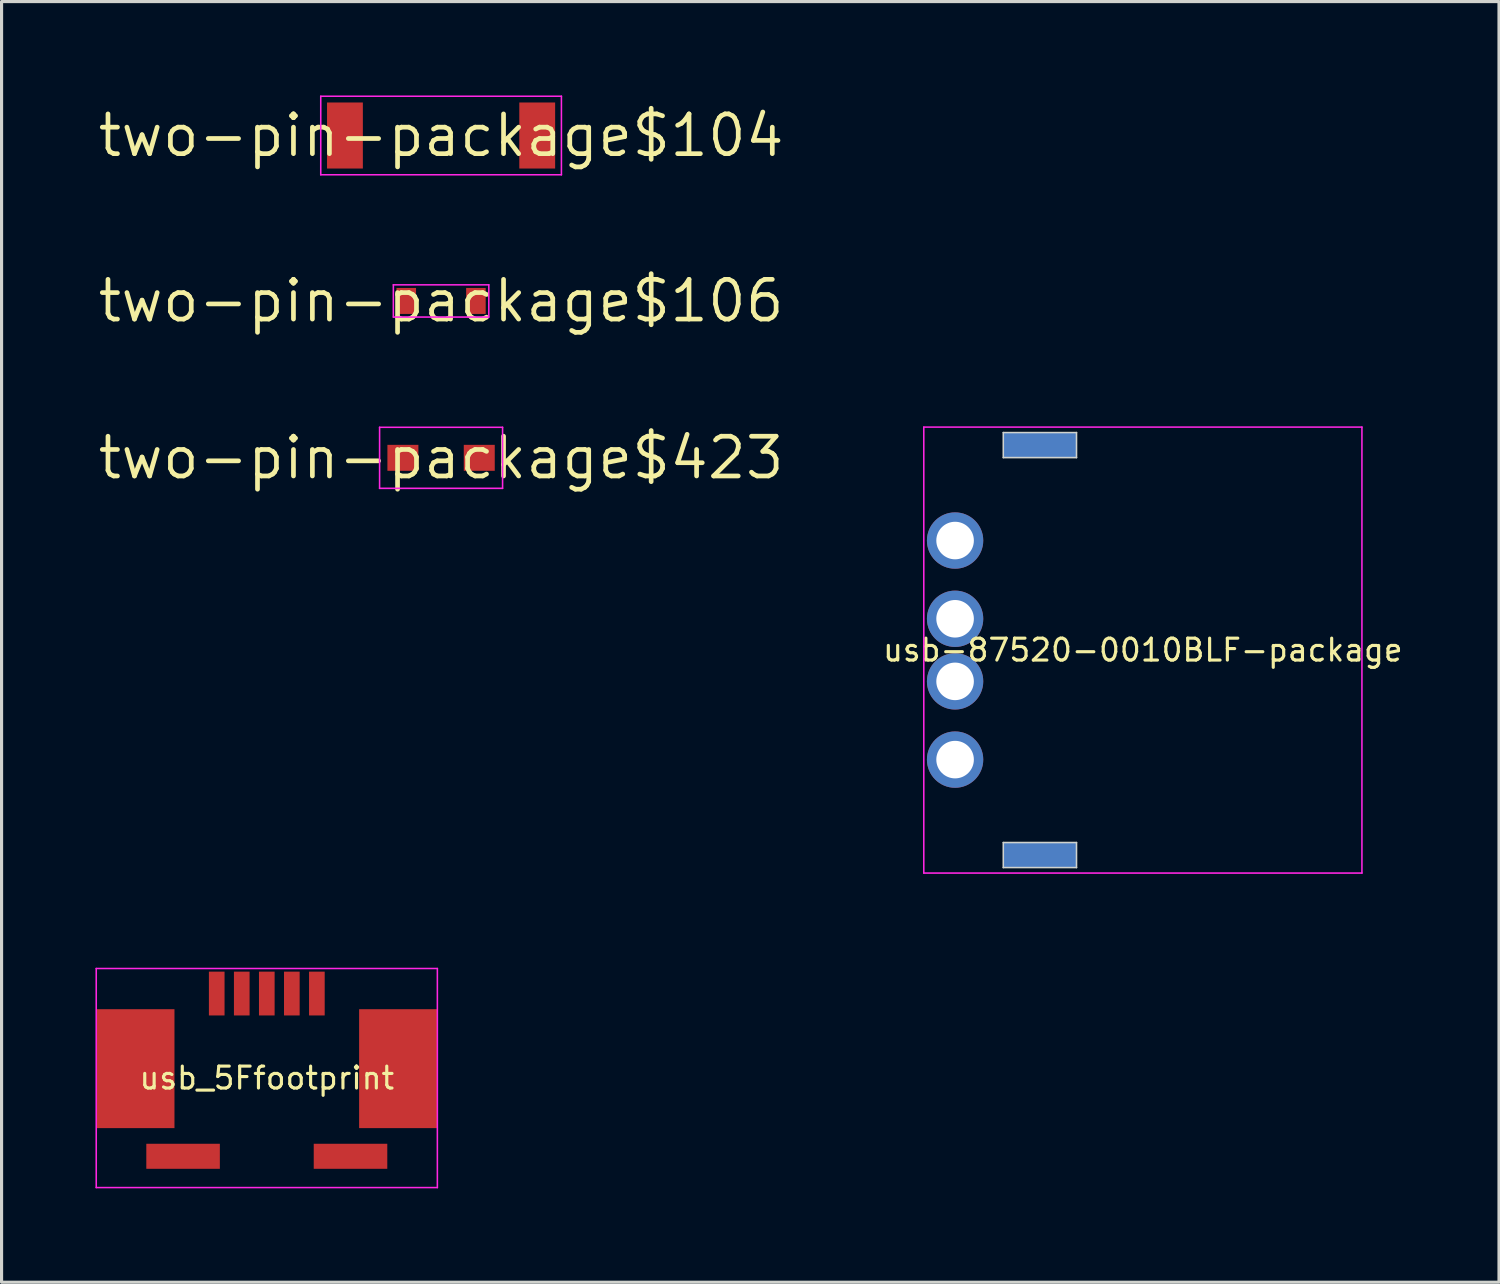
<source format=kicad_pcb>
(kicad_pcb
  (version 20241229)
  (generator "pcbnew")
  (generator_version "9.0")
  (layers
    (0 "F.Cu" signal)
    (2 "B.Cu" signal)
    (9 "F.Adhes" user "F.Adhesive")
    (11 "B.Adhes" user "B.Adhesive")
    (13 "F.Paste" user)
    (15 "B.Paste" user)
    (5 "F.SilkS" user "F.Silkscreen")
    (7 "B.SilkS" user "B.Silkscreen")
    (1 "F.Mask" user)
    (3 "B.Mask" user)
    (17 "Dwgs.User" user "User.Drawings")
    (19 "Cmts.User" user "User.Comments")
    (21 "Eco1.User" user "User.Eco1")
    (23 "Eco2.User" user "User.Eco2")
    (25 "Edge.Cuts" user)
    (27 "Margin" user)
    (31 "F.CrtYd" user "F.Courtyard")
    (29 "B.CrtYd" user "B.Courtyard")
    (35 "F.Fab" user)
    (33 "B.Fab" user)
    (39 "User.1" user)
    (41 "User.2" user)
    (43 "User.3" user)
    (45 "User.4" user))
  (footprint "usb-87520-0010BLF-package"
    (layer "F.Cu")
    (at 33.468 17.722)
    (property "Reference" "usb-87520-0010BLF-package" (at 0 0 0) (layer "F.SilkS") (effects (font (size 0.7 0.7) (thickness 0.1))))
    (attr through_hole)
    (fp_poly (pts (xy -4.585 -6.025) (xy -1.995 -6.025) (xy -1.995 -7.075) (xy -4.585 -7.075)) (stroke (width 0) (type solid)) (fill yes) (layer "F.Mask"))
    (fp_poly (pts (xy -4.585 7.075) (xy -1.995 7.075) (xy -1.995 6.025) (xy -4.585 6.025)) (stroke (width 0) (type solid)) (fill yes) (layer "F.Mask"))
    (fp_poly (pts (xy -4.585 -6.025) (xy -1.995 -6.025) (xy -1.995 -7.075) (xy -4.585 -7.075)) (stroke (width 0) (type solid)) (fill yes) (layer "B.Mask"))
    (fp_poly (pts (xy -4.585 7.075) (xy -1.995 7.075) (xy -1.995 6.025) (xy -4.585 6.025)) (stroke (width 0) (type solid)) (fill yes) (layer "B.Mask"))
    (fp_line (start -4.46 -6.95) (end -4.46 -6.15) (stroke (width 0.05) (type solid)) (layer "Edge.Cuts"))
    (fp_line (start -4.46 -6.15) (end -2.12 -6.15) (stroke (width 0.05) (type solid)) (layer "Edge.Cuts"))
    (fp_line (start -4.46 6.15) (end -4.46 6.95) (stroke (width 0.05) (type solid)) (layer "Edge.Cuts"))
    (fp_line (start -4.46 6.95) (end -2.12 6.95) (stroke (width 0.05) (type solid)) (layer "Edge.Cuts"))
    (fp_line (start -2.12 -6.95) (end -4.46 -6.95) (stroke (width 0.05) (type solid)) (layer "Edge.Cuts"))
    (fp_line (start -2.12 -6.15) (end -2.12 -6.95) (stroke (width 0.05) (type solid)) (layer "Edge.Cuts"))
    (fp_line (start -2.12 6.15) (end -4.46 6.15) (stroke (width 0.05) (type solid)) (layer "Edge.Cuts"))
    (fp_line (start -2.12 6.95) (end -2.12 6.15) (stroke (width 0.05) (type solid)) (layer "Edge.Cuts"))
    (fp_line (start -7 -7.125) (end -7 7.125) (stroke (width 0.05) (type solid)) (layer "F.CrtYd"))
    (fp_line (start -7 7.125) (end 7 7.125) (stroke (width 0.05) (type solid)) (layer "F.CrtYd"))
    (fp_line (start 7 -7.125) (end -7 -7.125) (stroke (width 0.05) (type solid)) (layer "F.CrtYd"))
    (fp_line (start 7 7.125) (end 7 -7.125) (stroke (width 0.05) (type solid)) (layer "F.CrtYd"))
    (pad "1" thru_hole circle (at -6 3.5) (size 1.8 1.8) (drill 1.2) (layers "*.Cu" "*.Mask"))
    (pad "2" thru_hole circle (at -6 1) (size 1.8 1.8) (drill 1.2) (layers "*.Cu" "*.Mask"))
    (pad "3" thru_hole circle (at -6 -1) (size 1.8 1.8) (drill 1.2) (layers "*.Cu" "*.Mask"))
    (pad "4" thru_hole circle (at -6 -3.5) (size 1.8 1.8) (drill 1.2) (layers "*.Cu" "*.Mask"))
    (pad "5" thru_hole rect (at -3.29 6.55) (size 2.34 0.8) (drill 0.000001) (layers "*.Cu"))
    (pad "6" thru_hole rect (at -3.29 -6.55) (size 2.34 0.8) (drill 0.000001) (layers "*.Cu")))
  (footprint "two-pin-package$104"
    (layer "F.Cu")
    (at 11.044 1.28)
    (property "Reference" "two-pin-package$104" (at 0 0 0) (layer "F.SilkS") (effects (font (size 1.27 1.27) (thickness 0.15))))
    (attr through_hole)
    (fp_poly (pts (xy -3.645 1.055) (xy -2.5 1.055) (xy -2.5 -1.055) (xy -3.645 -1.055)) (stroke (width 0) (type solid)) (fill yes) (layer "F.Mask"))
    (fp_poly (pts (xy 2.5 1.055) (xy 3.645 1.055) (xy 3.645 -1.055) (xy 2.5 -1.055)) (stroke (width 0) (type solid)) (fill yes) (layer "F.Mask"))
    (fp_poly (pts (xy -3.645 1.055) (xy -2.5 1.055) (xy -2.5 -1.055) (xy -3.645 -1.055)) (stroke (width 0) (type solid)) (fill yes) (layer "F.Paste"))
    (fp_poly (pts (xy 2.5 1.055) (xy 3.645 1.055) (xy 3.645 -1.055) (xy 2.5 -1.055)) (stroke (width 0) (type solid)) (fill yes) (layer "F.Paste"))
    (fp_line (start -3.845 -1.255) (end -3.845 1.255) (stroke (width 0.05) (type solid)) (layer "F.CrtYd"))
    (fp_line (start -3.845 1.255) (end 3.845 1.255) (stroke (width 0.05) (type solid)) (layer "F.CrtYd"))
    (fp_line (start 3.845 -1.255) (end -3.845 -1.255) (stroke (width 0.05) (type solid)) (layer "F.CrtYd"))
    (fp_line (start 3.845 1.255) (end 3.845 -1.255) (stroke (width 0.05) (type solid)) (layer "F.CrtYd"))
    (pad "1" smd rect (at -3.072 0) (size 1.145 2.11) (layers "F.Cu"))
    (pad "2" smd rect (at 3.072 0) (size 1.145 2.11) (layers "F.Cu")))
  (footprint "usb_5Ffootprint"
    (layer "F.Cu")
    (at 5.475 31.397)
    (property "Reference" "usb_5Ffootprint" (at 0 0 0) (layer "F.SilkS") (effects (font (size 0.7 0.7) (thickness 0.1))))
    (attr through_hole)
    (fp_poly (pts (xy -5.45 1.6) (xy -2.95 1.6) (xy -2.95 -2.2) (xy -5.45 -2.2)) (stroke (width 0) (type solid)) (fill yes) (layer "F.Mask"))
    (fp_poly (pts (xy -3.85 2.9) (xy -1.5 2.9) (xy -1.5 2.1) (xy -3.85 2.1)) (stroke (width 0) (type solid)) (fill yes) (layer "F.Mask"))
    (fp_poly (pts (xy -1.85 -2) (xy -1.35 -2) (xy -1.35 -3.4) (xy -1.85 -3.4)) (stroke (width 0) (type solid)) (fill yes) (layer "F.Mask"))
    (fp_poly (pts (xy -1.05 -2) (xy -0.55 -2) (xy -0.55 -3.4) (xy -1.05 -3.4)) (stroke (width 0) (type solid)) (fill yes) (layer "F.Mask"))
    (fp_poly (pts (xy -0.25 -2) (xy 0.25 -2) (xy 0.25 -3.4) (xy -0.25 -3.4)) (stroke (width 0) (type solid)) (fill yes) (layer "F.Mask"))
    (fp_poly (pts (xy 0.55 -2) (xy 1.05 -2) (xy 1.05 -3.4) (xy 0.55 -3.4)) (stroke (width 0) (type solid)) (fill yes) (layer "F.Mask"))
    (fp_poly (pts (xy 1.35 -2) (xy 1.85 -2) (xy 1.85 -3.4) (xy 1.35 -3.4)) (stroke (width 0) (type solid)) (fill yes) (layer "F.Mask"))
    (fp_poly (pts (xy 1.5 2.9) (xy 3.85 2.9) (xy 3.85 2.1) (xy 1.5 2.1)) (stroke (width 0) (type solid)) (fill yes) (layer "F.Mask"))
    (fp_poly (pts (xy 2.95 1.6) (xy 5.45 1.6) (xy 5.45 -2.2) (xy 2.95 -2.2)) (stroke (width 0) (type solid)) (fill yes) (layer "F.Mask"))
    (fp_poly (pts (xy -5.45 1.6) (xy -2.95 1.6) (xy -2.95 -2.2) (xy -5.45 -2.2)) (stroke (width 0) (type solid)) (fill yes) (layer "F.Paste"))
    (fp_poly (pts (xy -3.85 2.9) (xy -1.5 2.9) (xy -1.5 2.1) (xy -3.85 2.1)) (stroke (width 0) (type solid)) (fill yes) (layer "F.Paste"))
    (fp_poly (pts (xy -1.85 -2) (xy -1.35 -2) (xy -1.35 -3.4) (xy -1.85 -3.4)) (stroke (width 0) (type solid)) (fill yes) (layer "F.Paste"))
    (fp_poly (pts (xy -1.05 -2) (xy -0.55 -2) (xy -0.55 -3.4) (xy -1.05 -3.4)) (stroke (width 0) (type solid)) (fill yes) (layer "F.Paste"))
    (fp_poly (pts (xy -0.25 -2) (xy 0.25 -2) (xy 0.25 -3.4) (xy -0.25 -3.4)) (stroke (width 0) (type solid)) (fill yes) (layer "F.Paste"))
    (fp_poly (pts (xy 0.55 -2) (xy 1.05 -2) (xy 1.05 -3.4) (xy 0.55 -3.4)) (stroke (width 0) (type solid)) (fill yes) (layer "F.Paste"))
    (fp_poly (pts (xy 1.35 -2) (xy 1.85 -2) (xy 1.85 -3.4) (xy 1.35 -3.4)) (stroke (width 0) (type solid)) (fill yes) (layer "F.Paste"))
    (fp_poly (pts (xy 1.5 2.9) (xy 3.85 2.9) (xy 3.85 2.1) (xy 1.5 2.1)) (stroke (width 0) (type solid)) (fill yes) (layer "F.Paste"))
    (fp_poly (pts (xy 2.95 1.6) (xy 5.45 1.6) (xy 5.45 -2.2) (xy 2.95 -2.2)) (stroke (width 0) (type solid)) (fill yes) (layer "F.Paste"))
    (fp_line (start -5.45 -3.5) (end -5.45 3.5) (stroke (width 0.05) (type solid)) (layer "F.CrtYd"))
    (fp_line (start -5.45 3.5) (end 5.45 3.5) (stroke (width 0.05) (type solid)) (layer "F.CrtYd"))
    (fp_line (start 5.45 -3.5) (end -5.45 -3.5) (stroke (width 0.05) (type solid)) (layer "F.CrtYd"))
    (fp_line (start 5.45 3.5) (end 5.45 -3.5) (stroke (width 0.05) (type solid)) (layer "F.CrtYd"))
    (pad "1" smd rect (at -1.6 -2.7) (size 0.5 1.4) (layers "F.Cu"))
    (pad "2" smd rect (at -0.8 -2.7) (size 0.5 1.4) (layers "F.Cu"))
    (pad "3" smd rect (at 0 -2.7) (size 0.5 1.4) (layers "F.Cu"))
    (pad "4" smd rect (at 0.8 -2.7) (size 0.5 1.4) (layers "F.Cu"))
    (pad "5" smd rect (at 1.6 -2.7) (size 0.5 1.4) (layers "F.Cu"))
    (pad "6" smd rect (at 4.2 -0.3) (size 2.5 3.8) (layers "F.Cu"))
    (pad "7" smd rect (at -4.2 -0.3) (size 2.5 3.8) (layers "F.Cu"))
    (pad "8" smd rect (at 2.675 2.5) (size 2.35 0.8) (layers "F.Cu"))
    (pad "9" smd rect (at -2.675 2.5) (size 2.35 0.8) (layers "F.Cu")))
  (footprint "two-pin-package$106"
    (layer "F.Cu")
    (at 11.044 6.566)
    (property "Reference" "two-pin-package$106" (at 0 0 0) (layer "F.SilkS") (effects (font (size 1.27 1.27) (thickness 0.15))))
    (attr through_hole)
    (fp_poly (pts (xy -1.425 0.415) (xy -0.8 0.415) (xy -0.8 -0.415) (xy -1.425 -0.415)) (stroke (width 0) (type solid)) (fill yes) (layer "F.Mask"))
    (fp_poly (pts (xy 0.8 0.415) (xy 1.425 0.415) (xy 1.425 -0.415) (xy 0.8 -0.415)) (stroke (width 0) (type solid)) (fill yes) (layer "F.Mask"))
    (fp_poly (pts (xy -1.425 0.415) (xy -0.8 0.415) (xy -0.8 -0.415) (xy -1.425 -0.415)) (stroke (width 0) (type solid)) (fill yes) (layer "F.Paste"))
    (fp_poly (pts (xy 0.8 0.415) (xy 1.425 0.415) (xy 1.425 -0.415) (xy 0.8 -0.415)) (stroke (width 0) (type solid)) (fill yes) (layer "F.Paste"))
    (fp_line (start -1.525 -0.515) (end -1.525 0.515) (stroke (width 0.05) (type solid)) (layer "F.CrtYd"))
    (fp_line (start -1.525 0.515) (end 1.525 0.515) (stroke (width 0.05) (type solid)) (layer "F.CrtYd"))
    (fp_line (start 1.525 -0.515) (end -1.525 -0.515) (stroke (width 0.05) (type solid)) (layer "F.CrtYd"))
    (fp_line (start 1.525 0.515) (end 1.525 -0.515) (stroke (width 0.05) (type solid)) (layer "F.CrtYd"))
    (pad "1" smd rect (at -1.113 0) (size 0.625 0.83) (layers "F.Cu"))
    (pad "2" smd rect (at 1.113 0) (size 0.625 0.83) (layers "F.Cu")))
  (footprint "two-pin-package$423"
    (layer "F.Cu")
    (at 11.044 11.579)
    (property "Reference" "two-pin-package$423" (at 0 0 0) (layer "F.SilkS") (effects (font (size 1.27 1.27) (thickness 0.15))))
    (attr through_hole)
    (fp_poly (pts (xy -1.715 0.415) (xy -0.725 0.415) (xy -0.725 -0.415) (xy -1.715 -0.415)) (stroke (width 0) (type solid)) (fill yes) (layer "F.Mask"))
    (fp_poly (pts (xy 0.725 0.415) (xy 1.715 0.415) (xy 1.715 -0.415) (xy 0.725 -0.415)) (stroke (width 0) (type solid)) (fill yes) (layer "F.Mask"))
    (fp_poly (pts (xy -1.715 0.415) (xy -0.725 0.415) (xy -0.725 -0.415) (xy -1.715 -0.415)) (stroke (width 0) (type solid)) (fill yes) (layer "F.Paste"))
    (fp_poly (pts (xy 0.725 0.415) (xy 1.715 0.415) (xy 1.715 -0.415) (xy 0.725 -0.415)) (stroke (width 0) (type solid)) (fill yes) (layer "F.Paste"))
    (fp_line (start -1.965 -0.975) (end -1.965 0.975) (stroke (width 0.05) (type solid)) (layer "F.CrtYd"))
    (fp_line (start -1.965 0.975) (end 1.965 0.975) (stroke (width 0.05) (type solid)) (layer "F.CrtYd"))
    (fp_line (start 1.965 -0.975) (end -1.965 -0.975) (stroke (width 0.05) (type solid)) (layer "F.CrtYd"))
    (fp_line (start 1.965 0.975) (end 1.965 -0.975) (stroke (width 0.05) (type solid)) (layer "F.CrtYd"))
    (pad "1" smd rect (at -1.22 0) (size 0.99 0.83) (layers "F.Cu"))
    (pad "2" smd rect (at 1.22 0) (size 0.99 0.83) (layers "F.Cu")))
  (gr_rect
    (start -3 -3)
    (end 44.848 37.922)
    (stroke (width 0.1) (type default))
    (fill no)
    (layer "Edge.Cuts")))
</source>
